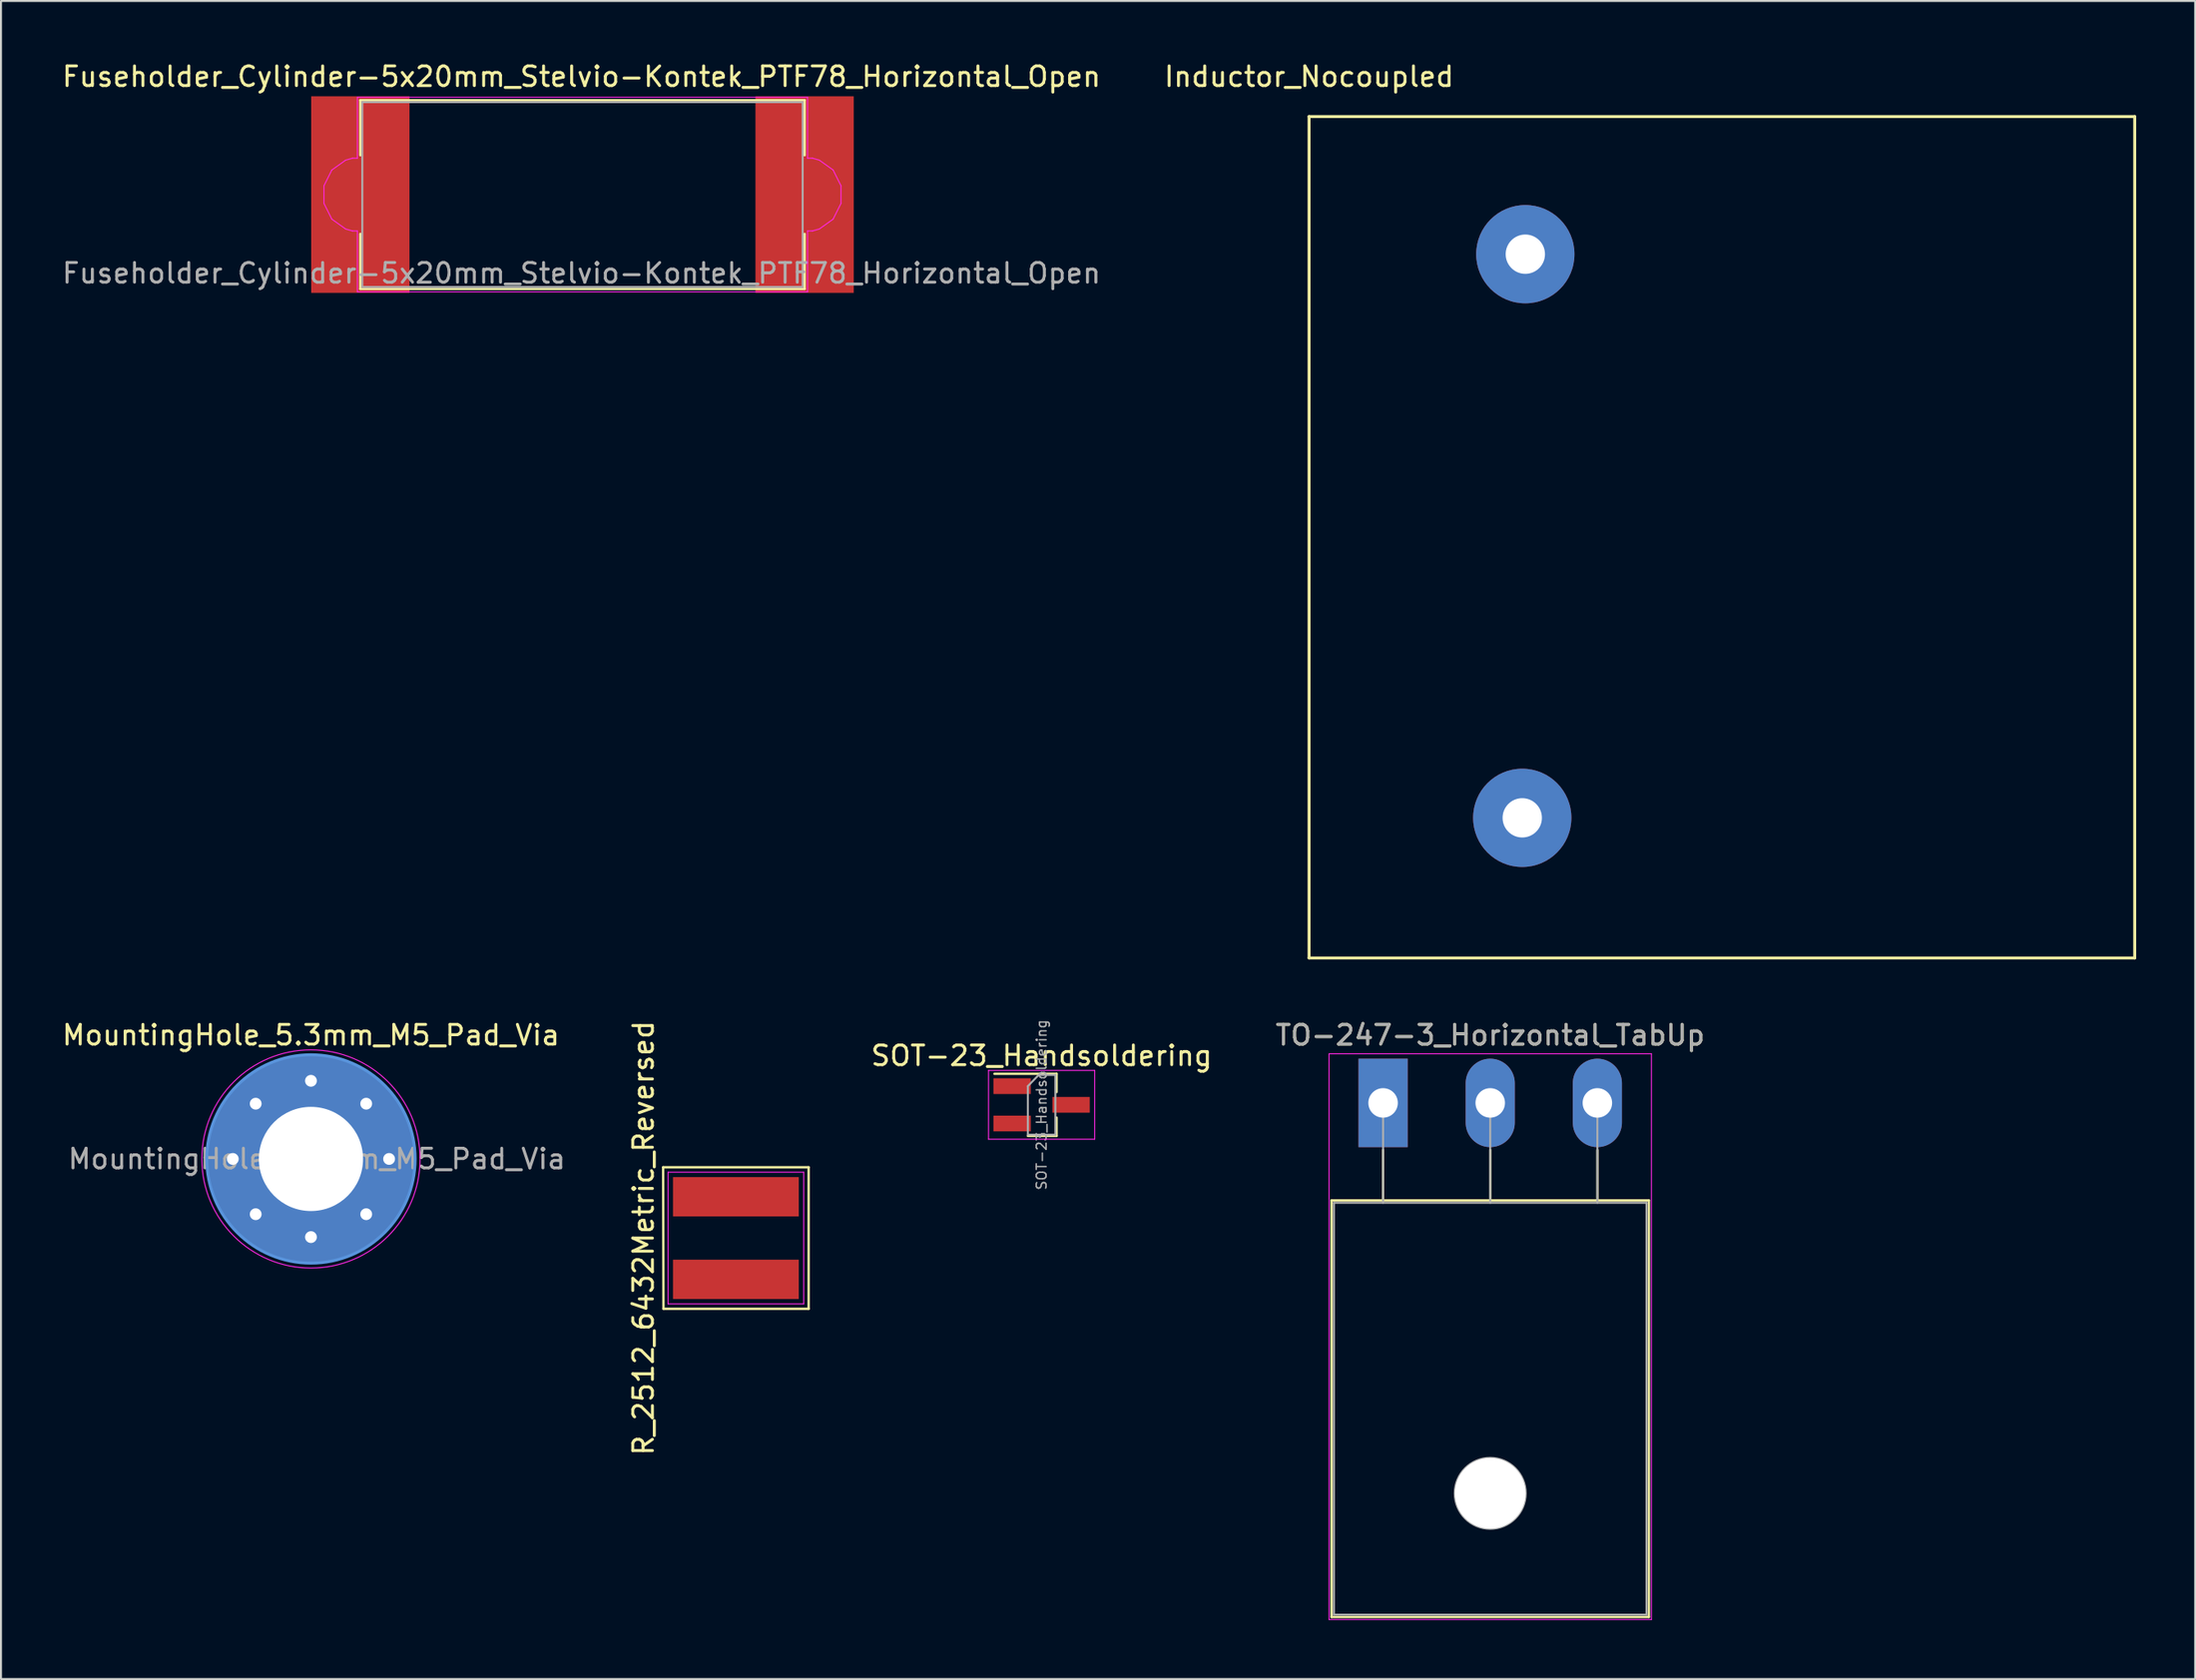
<source format=kicad_pcb>
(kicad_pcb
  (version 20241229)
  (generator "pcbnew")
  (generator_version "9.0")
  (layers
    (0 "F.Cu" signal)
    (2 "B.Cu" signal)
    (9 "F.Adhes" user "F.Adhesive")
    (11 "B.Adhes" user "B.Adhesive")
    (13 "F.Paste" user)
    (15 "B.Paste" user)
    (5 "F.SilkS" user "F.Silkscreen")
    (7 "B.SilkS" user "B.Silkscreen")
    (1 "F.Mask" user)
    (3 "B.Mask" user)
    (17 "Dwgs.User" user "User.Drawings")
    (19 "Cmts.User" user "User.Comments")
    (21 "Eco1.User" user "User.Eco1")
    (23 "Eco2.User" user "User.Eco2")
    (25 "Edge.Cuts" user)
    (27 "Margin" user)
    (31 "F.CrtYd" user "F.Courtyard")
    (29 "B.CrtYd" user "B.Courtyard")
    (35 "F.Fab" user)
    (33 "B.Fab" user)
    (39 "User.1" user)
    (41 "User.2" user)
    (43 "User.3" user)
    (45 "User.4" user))
  (footprint "SOT-23_Handsoldering"
    (layer "F.Cu")
    (at 49.936 53.151)
    (property "Reference" "SOT-23_Handsoldering" (at 0 -2.5 180) (layer "F.SilkS") (effects (font (size 1 1) (thickness 0.15))))
    (attr smd)
    (fp_line (start 0.76 -1.58) (end -2.4 -1.58) (stroke (width 0.12) (type solid)) (layer "F.SilkS"))
    (fp_line (start 0.76 -1.58) (end 0.76 -0.65) (stroke (width 0.12) (type solid)) (layer "F.SilkS"))
    (fp_line (start 0.76 1.58) (end -0.7 1.58) (stroke (width 0.12) (type solid)) (layer "F.SilkS"))
    (fp_line (start 0.76 1.58) (end 0.76 0.65) (stroke (width 0.12) (type solid)) (layer "F.SilkS"))
    (fp_line (start -2.7 -1.75) (end 2.7 -1.75) (stroke (width 0.05) (type solid)) (layer "F.CrtYd"))
    (fp_line (start -2.7 1.75) (end -2.7 -1.75) (stroke (width 0.05) (type solid)) (layer "F.CrtYd"))
    (fp_line (start 2.7 -1.75) (end 2.7 1.75) (stroke (width 0.05) (type solid)) (layer "F.CrtYd"))
    (fp_line (start 2.7 1.75) (end -2.7 1.75) (stroke (width 0.05) (type solid)) (layer "F.CrtYd"))
    (fp_line (start -0.7 -0.95) (end -0.7 1.5) (stroke (width 0.1) (type solid)) (layer "F.Fab"))
    (fp_line (start -0.7 -0.95) (end -0.15 -1.52) (stroke (width 0.1) (type solid)) (layer "F.Fab"))
    (fp_line (start -0.7 1.52) (end 0.7 1.52) (stroke (width 0.1) (type solid)) (layer "F.Fab"))
    (fp_line (start -0.15 -1.52) (end 0.7 -1.52) (stroke (width 0.1) (type solid)) (layer "F.Fab"))
    (fp_line (start 0.7 -1.52) (end 0.7 1.52) (stroke (width 0.1) (type solid)) (layer "F.Fab"))
    (fp_text user "${REFERENCE}" (at 0 0 90) (layer "F.Fab") (effects (font (size 0.5 0.5) (thickness 0.075))))
    (pad "1" smd rect (at -1.5 -0.95) (size 1.9 0.8) (layers "F.Cu" "F.Mask" "F.Paste"))
    (pad "2" smd rect (at -1.5 0.95) (size 1.9 0.8) (layers "F.Cu" "F.Mask" "F.Paste"))
    (pad "3" smd rect (at 1.5 0) (size 1.9 0.8) (layers "F.Cu" "F.Mask" "F.Paste")))
  (footprint "TO-247-3_Horizontal_TabUp"
    (layer "F.Cu")
    (at 67.307 53.053)
    (property "Reference" "TO-247-3_Horizontal_TabUp" (at 5.45 -3.45 180) (layer "F.SilkS") (effects (font (size 1 1) (thickness 0.15))))
    (attr through_hole)
    (fp_line (start -2.62 4.96) (end -2.62 26.15) (stroke (width 0.12) (type solid)) (layer "F.SilkS"))
    (fp_line (start -2.62 4.96) (end 13.52 4.96) (stroke (width 0.12) (type solid)) (layer "F.SilkS"))
    (fp_line (start -2.62 26.15) (end 13.52 26.15) (stroke (width 0.12) (type solid)) (layer "F.SilkS"))
    (fp_line (start 0 2.4) (end 0 4.96) (stroke (width 0.12) (type solid)) (layer "F.SilkS"))
    (fp_line (start 5.45 2.4) (end 5.45 4.96) (stroke (width 0.12) (type solid)) (layer "F.SilkS"))
    (fp_line (start 10.9 2.4) (end 10.9 4.96) (stroke (width 0.12) (type solid)) (layer "F.SilkS"))
    (fp_line (start 13.52 4.96) (end 13.52 26.15) (stroke (width 0.12) (type solid)) (layer "F.SilkS"))
    (fp_line (start -2.75 -2.5) (end -2.75 26.28) (stroke (width 0.05) (type solid)) (layer "F.CrtYd"))
    (fp_line (start -2.75 26.28) (end 13.65 26.28) (stroke (width 0.05) (type solid)) (layer "F.CrtYd"))
    (fp_line (start 13.65 -2.5) (end -2.75 -2.5) (stroke (width 0.05) (type solid)) (layer "F.CrtYd"))
    (fp_line (start 13.65 26.28) (end 13.65 -2.5) (stroke (width 0.05) (type solid)) (layer "F.CrtYd"))
    (fp_line (start -2.5 5.08) (end -2.5 26.03) (stroke (width 0.1) (type solid)) (layer "F.Fab"))
    (fp_line (start -2.5 26.03) (end 13.4 26.03) (stroke (width 0.1) (type solid)) (layer "F.Fab"))
    (fp_line (start 0 5.08) (end 0 0) (stroke (width 0.1) (type solid)) (layer "F.Fab"))
    (fp_line (start 5.45 5.08) (end 5.45 0) (stroke (width 0.1) (type solid)) (layer "F.Fab"))
    (fp_line (start 10.9 5.08) (end 10.9 0) (stroke (width 0.1) (type solid)) (layer "F.Fab"))
    (fp_line (start 13.4 5.08) (end -2.5 5.08) (stroke (width 0.1) (type solid)) (layer "F.Fab"))
    (fp_line (start 13.4 26.03) (end 13.4 5.08) (stroke (width 0.1) (type solid)) (layer "F.Fab"))
    (fp_circle (center 5.45 19.86) (end 7.255 19.86) (stroke (width 0.1) (type solid)) (fill no) (layer "F.Fab"))
    (fp_text user "${REFERENCE}" (at 5.45 -3.45 180) (layer "F.Fab") (effects (font (size 1 1) (thickness 0.15))))
    (pad "" np_thru_hole oval (at 5.45 19.86) (size 3.6 3.6) (drill 3.6) (layers "*.Cu" "*.Mask"))
    (pad "1" thru_hole rect (at 0 0) (size 2.5 4.5) (drill 1.5) (layers "*.Cu" "*.Mask"))
    (pad "2" thru_hole oval (at 5.45 0) (size 2.5 4.5) (drill 1.5) (layers "*.Cu" "*.Mask"))
    (pad "3" thru_hole oval (at 10.9 0) (size 2.5 4.5) (drill 1.5) (layers "*.Cu" "*.Mask")))
  (footprint "Inductor_Nocoupled"
    (layer "F.Cu")
    (at 63.542 2.88)
    (property "Reference" "Inductor_Nocoupled" (at 0 -2.032 180) (layer "F.SilkS") (effects (font (size 1 1) (thickness 0.15))))
    (attr through_hole)
    (fp_line (start 0 0) (end 0 42.8) (stroke (width 0.15) (type solid)) (layer "F.SilkS"))
    (fp_line (start 0 0) (end 42 0) (stroke (width 0.15) (type solid)) (layer "F.SilkS"))
    (fp_line (start 0 42.8) (end 42 42.8) (stroke (width 0.15) (type solid)) (layer "F.SilkS"))
    (fp_line (start 42 0) (end 42 42.8) (stroke (width 0.15) (type solid)) (layer "F.SilkS"))
    (pad "1" thru_hole circle (at 11 7) (size 5 5) (drill 2) (layers "*.Cu" "*.Mask"))
    (pad "2" thru_hole circle (at 10.844 35.672 180) (size 5 5) (drill 2) (layers "*.Cu" "*.Mask")))
  (footprint "Fuseholder_Cylinder-5x20mm_Stelvio-Kontek_PTF78_Horizontal_Open"
    (layer "F.Cu")
    (at 15.28 6.848)
    (property "Reference" "Fuseholder_Cylinder-5x20mm_Stelvio-Kontek_PTF78_Horizontal_Open" (at 11.25 -6 180) (layer "F.SilkS") (effects (font (size 1 1) (thickness 0.15))))
    (attr smd)
    (fp_line (start 0 -4.8) (end 22.6 -4.8) (stroke (width 0.12) (type solid)) (layer "F.SilkS"))
    (fp_line (start 0 -2) (end 0 -4.8) (stroke (width 0.12) (type solid)) (layer "F.SilkS"))
    (fp_line (start 0 4.8) (end 0 2) (stroke (width 0.12) (type solid)) (layer "F.SilkS"))
    (fp_line (start 0 4.8) (end 22.6 4.8) (stroke (width 0.12) (type solid)) (layer "F.SilkS"))
    (fp_line (start 22.6 -2) (end 22.6 -4.8) (stroke (width 0.12) (type solid)) (layer "F.SilkS"))
    (fp_line (start 22.6 4.8) (end 22.6 2) (stroke (width 0.12) (type solid)) (layer "F.SilkS"))
    (fp_line (start -1.85 -0.45) (end -1.85 0.45) (stroke (width 0.05) (type solid)) (layer "F.CrtYd"))
    (fp_line (start -1.85 -0.45) (end -1.45 -1.25) (stroke (width 0.05) (type solid)) (layer "F.CrtYd"))
    (fp_line (start -1.45 1.25) (end -1.85 0.45) (stroke (width 0.05) (type solid)) (layer "F.CrtYd"))
    (fp_line (start -1.45 1.25) (end -0.75 1.75) (stroke (width 0.05) (type solid)) (layer "F.CrtYd"))
    (fp_line (start -0.75 -1.75) (end -1.45 -1.25) (stroke (width 0.05) (type solid)) (layer "F.CrtYd"))
    (fp_line (start -0.75 1.75) (end -0.4 1.85) (stroke (width 0.05) (type solid)) (layer "F.CrtYd"))
    (fp_line (start -0.4 -1.85) (end -0.75 -1.75) (stroke (width 0.05) (type solid)) (layer "F.CrtYd"))
    (fp_line (start -0.4 1.85) (end -0.15 1.85) (stroke (width 0.05) (type solid)) (layer "F.CrtYd"))
    (fp_line (start -0.15 -4.95) (end 22.75 -4.95) (stroke (width 0.05) (type solid)) (layer "F.CrtYd"))
    (fp_line (start -0.15 -1.85) (end -0.4 -1.85) (stroke (width 0.05) (type solid)) (layer "F.CrtYd"))
    (fp_line (start -0.15 -1.85) (end -0.15 -4.95) (stroke (width 0.05) (type solid)) (layer "F.CrtYd"))
    (fp_line (start -0.15 4.95) (end -0.15 1.85) (stroke (width 0.05) (type solid)) (layer "F.CrtYd"))
    (fp_line (start 22.75 -1.85) (end 22.75 -4.95) (stroke (width 0.05) (type solid)) (layer "F.CrtYd"))
    (fp_line (start 22.75 -1.85) (end 23 -1.85) (stroke (width 0.05) (type solid)) (layer "F.CrtYd"))
    (fp_line (start 22.75 1.85) (end 22.75 4.95) (stroke (width 0.05) (type solid)) (layer "F.CrtYd"))
    (fp_line (start 22.75 1.85) (end 23 1.85) (stroke (width 0.05) (type solid)) (layer "F.CrtYd"))
    (fp_line (start 22.75 4.95) (end -0.15 4.95) (stroke (width 0.05) (type solid)) (layer "F.CrtYd"))
    (fp_line (start 23 1.85) (end 23.35 1.75) (stroke (width 0.05) (type solid)) (layer "F.CrtYd"))
    (fp_line (start 23.35 -1.75) (end 23 -1.85) (stroke (width 0.05) (type solid)) (layer "F.CrtYd"))
    (fp_line (start 23.35 1.75) (end 24.05 1.25) (stroke (width 0.05) (type solid)) (layer "F.CrtYd"))
    (fp_line (start 24.05 -1.25) (end 23.35 -1.75) (stroke (width 0.05) (type solid)) (layer "F.CrtYd"))
    (fp_line (start 24.05 1.25) (end 24.45 0.45) (stroke (width 0.05) (type solid)) (layer "F.CrtYd"))
    (fp_line (start 24.45 -0.45) (end 24.05 -1.25) (stroke (width 0.05) (type solid)) (layer "F.CrtYd"))
    (fp_line (start 24.45 0.45) (end 24.45 -0.45) (stroke (width 0.05) (type solid)) (layer "F.CrtYd"))
    (fp_line (start 0.1 -4.7) (end 0.1 4.7) (stroke (width 0.1) (type solid)) (layer "F.Fab"))
    (fp_line (start 0.1 4.7) (end 22.5 4.7) (stroke (width 0.1) (type solid)) (layer "F.Fab"))
    (fp_line (start 22.5 -4.7) (end 0.1 -4.7) (stroke (width 0.1) (type solid)) (layer "F.Fab"))
    (fp_line (start 22.5 4.7) (end 22.5 -4.7) (stroke (width 0.1) (type solid)) (layer "F.Fab"))
    (fp_text user "${REFERENCE}" (at 11.25 4 180) (layer "F.Fab") (effects (font (size 1 1) (thickness 0.15))))
    (pad "1" smd rect (at 0 0) (size 5 10) (layers "F.Cu" "F.Mask" "F.Paste"))
    (pad "2" smd rect (at 22.6 0) (size 5 10) (layers "F.Cu" "F.Mask" "F.Paste")))
  (footprint "R_2512_6432Metric_Reversed"
    (layer "F.Cu")
    (at 34.384 59.928)
    (property "Reference" "R_2512_6432Metric_Reversed" (at -4.7 0 90) (layer "F.SilkS") (effects (font (size 1 1) (thickness 0.15))))
    (attr smd)
    (fp_line (start -3.7 -3.6) (end 3.7 -3.6) (stroke (width 0.12) (type solid)) (layer "F.SilkS"))
    (fp_line (start -3.683 3.6) (end -3.7 -3.6) (stroke (width 0.12) (type solid)) (layer "F.SilkS"))
    (fp_line (start 3.7 -3.6) (end 3.7 3.6) (stroke (width 0.12) (type solid)) (layer "F.SilkS"))
    (fp_line (start 3.7 3.6) (end -3.683 3.6) (stroke (width 0.12) (type solid)) (layer "F.SilkS"))
    (fp_line (start -3.45 -3.35) (end 3.45 -3.35) (stroke (width 0.05) (type solid)) (layer "F.CrtYd"))
    (fp_line (start -3.45 3.35) (end -3.45 -3.35) (stroke (width 0.05) (type solid)) (layer "F.CrtYd"))
    (fp_line (start 3.45 -3.35) (end 3.45 3.35) (stroke (width 0.05) (type solid)) (layer "F.CrtYd"))
    (fp_line (start 3.45 3.35) (end -3.45 3.35) (stroke (width 0.05) (type solid)) (layer "F.CrtYd"))
    (pad "1" smd rect (at 0 2.1) (size 6.4 2) (layers "F.Cu" "F.Mask" "F.Paste"))
    (pad "2" smd rect (at 0 -2.1) (size 6.4 2) (layers "F.Cu" "F.Mask" "F.Paste")))
  (footprint "MountingHole_5.3mm_M5_Pad_Via"
    (layer "F.Cu")
    (at 12.768 55.904)
    (property "Reference" "MountingHole_5.3mm_M5_Pad_Via" (at 0 -6.3 0) (layer "F.SilkS") (effects (font (size 1 1) (thickness 0.15))))
    (attr exclude_from_pos_files exclude_from_bom)
    (fp_circle (center 0 0) (end 5.3 0) (stroke (width 0.15) (type solid)) (fill no) (layer "Cmts.User"))
    (fp_circle (center 0 0) (end 5.55 0) (stroke (width 0.05) (type solid)) (fill no) (layer "F.CrtYd"))
    (fp_text user "${REFERENCE}" (at 0.3 0 0) (layer "F.Fab") (effects (font (size 1 1) (thickness 0.15))))
    (pad "1" thru_hole circle (at -3.975 0) (size 0.9 0.9) (drill 0.6) (layers "*.Cu" "*.Mask"))
    (pad "1" thru_hole circle (at -2.811 -2.811) (size 0.9 0.9) (drill 0.6) (layers "*.Cu" "*.Mask"))
    (pad "1" thru_hole circle (at -2.811 2.811) (size 0.9 0.9) (drill 0.6) (layers "*.Cu" "*.Mask"))
    (pad "1" thru_hole circle (at 0 -3.975) (size 0.9 0.9) (drill 0.6) (layers "*.Cu" "*.Mask"))
    (pad "1" thru_hole circle (at 0 0) (size 10.6 10.6) (drill 5.3) (layers "*.Cu" "*.Mask"))
    (pad "1" thru_hole circle (at 0 3.975) (size 0.9 0.9) (drill 0.6) (layers "*.Cu" "*.Mask"))
    (pad "1" thru_hole circle (at 2.811 -2.811) (size 0.9 0.9) (drill 0.6) (layers "*.Cu" "*.Mask"))
    (pad "1" thru_hole circle (at 2.811 2.811) (size 0.9 0.9) (drill 0.6) (layers "*.Cu" "*.Mask"))
    (pad "1" thru_hole circle (at 3.975 0) (size 0.9 0.9) (drill 0.6) (layers "*.Cu" "*.Mask")))
  (gr_rect
    (start -3 -3)
    (end 108.617 82.359)
    (stroke (width 0.1) (type default))
    (fill no)
    (layer "Edge.Cuts")))
</source>
